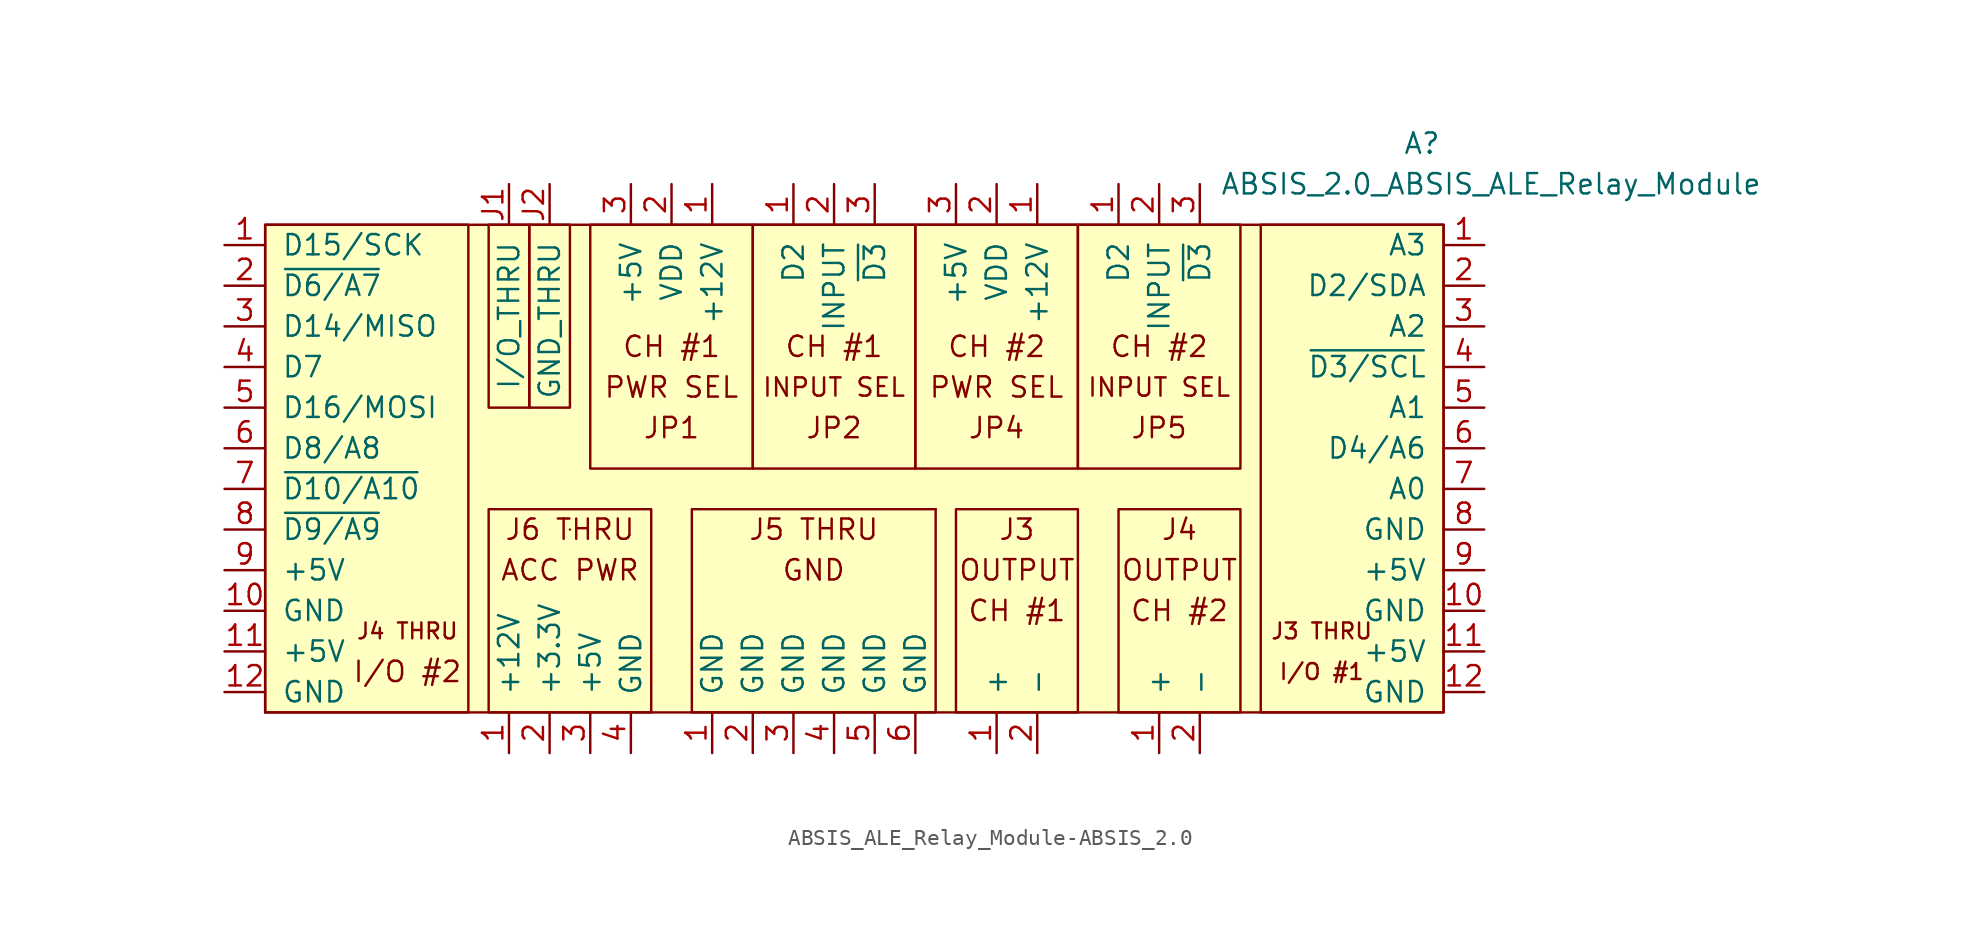
<source format=kicad_sym>
(kicad_symbol_lib
  (version 20231120)
  (generator "kicad_symbol_editor")
  (generator_version "8.0")
  (symbol "ABSIS_ALE_Relay_Module-ABSIS_2.0"
    (pin_names
      (offset 1.016))
    (property "Reference" "A"
      (at 41.91 20.32 0)
      (effects (font (size 1.27 1.27)) (justify left)))
    (property "Value" "ABSIS_2.0_ABSIS_ALE_Relay_Module"
      (at 30.48 17.78 0)
      (effects (font (size 1.27 1.27)) (justify left)))
    (symbol "ABSIS_ALE_Relay_Module-ABSIS_2.0_0_0"
      (rectangle (start -29.21 15.24) (end -16.51 -15.24) (stroke (width 0) (type solid)) (fill (type none)))
      (rectangle (start -15.24 -15.24) (end -5.08 -2.54) (stroke (width 0) (type solid)) (fill (type none)))
      (rectangle (start -15.24 3.81) (end -12.7 15.24) (stroke (width 0) (type solid)) (fill (type none)))
      (rectangle (start -12.7 15.24) (end -10.16 3.81) (stroke (width 0) (type solid)) (fill (type none)))
      (rectangle (start -10.16 -3.81) (end -10.16 -3.81) (stroke (width 0) (type solid)) (fill (type none)))
      (rectangle (start -8.89 15.24) (end 1.27 0) (stroke (width 0) (type solid)) (fill (type none)))
      (rectangle (start -2.54 -15.24) (end 12.7 -2.54) (stroke (width 0) (type solid)) (fill (type none)))
      (rectangle (start 1.27 15.24) (end 11.43 0) (stroke (width 0) (type solid)) (fill (type none)))
      (rectangle (start 11.43 15.24) (end 21.59 0) (stroke (width 0) (type solid)) (fill (type none)))
      (rectangle (start 12.7 -2.54) (end 12.7 -2.54) (stroke (width 0) (type solid)) (fill (type none)))
      (rectangle (start 13.97 -15.24) (end 21.59 -2.54) (stroke (width 0) (type solid)) (fill (type none)))
      (rectangle (start 21.59 15.24) (end 31.75 0) (stroke (width 0) (type solid)) (fill (type background)))
      (rectangle (start 24.13 -15.24) (end 31.75 -2.54) (stroke (width 0) (type solid)) (fill (type none)))
      (rectangle (start 44.45 15.24) (end 33.02 -15.24) (stroke (width 0) (type solid)) (fill (type background)))
      (text "ACC PWR" (at -10.16 -6.35 0) (effects (font (size 1.27 1.27))))
      (text "CH #1" (at -3.81 7.62 0) (effects (font (size 1.27 1.27))))
      (text "CH #1" (at 6.35 7.62 0) (effects (font (size 1.27 1.27))))
      (text "CH #1" (at 17.78 -8.89 0) (effects (font (size 1.27 1.27))))
      (text "CH #2" (at 16.51 7.62 0) (effects (font (size 1.27 1.27))))
      (text "CH #2" (at 26.67 7.62 0) (effects (font (size 1.27 1.27))))
      (text "CH #2" (at 27.94 -8.89 0) (effects (font (size 1.27 1.27))))
      (text "GND" (at 5.08 -6.35 0) (effects (font (size 1.27 1.27))))
      (text "I/O #1" (at 36.83 -12.7 0) (effects (font (size 0.991 0.991))))
      (text "I/O #2" (at -20.32 -12.7 0) (effects (font (size 1.27 1.27))))
      (text "INPUT SEL" (at 6.35 5.08 0) (effects (font (size 1.143 1.143))))
      (text "INPUT SEL" (at 26.67 5.08 0) (effects (font (size 1.143 1.143))))
      (text "J3" (at 17.78 -3.81 0) (effects (font (size 1.27 1.27))))
      (text "J3 THRU" (at 36.83 -10.16 0) (effects (font (size 0.991 0.991))))
      (text "J4" (at 27.94 -3.81 0) (effects (font (size 1.27 1.27))))
      (text "J4 THRU" (at -20.32 -10.16 0) (effects (font (size 0.991 0.991))))
      (text "J5 THRU" (at 5.08 -3.81 0) (effects (font (size 1.27 1.27))))
      (text "J6 THRU" (at -10.16 -3.81 0) (effects (font (size 1.27 1.27))))
      (text "JP1" (at -3.81 2.54 0) (effects (font (size 1.27 1.27))))
      (text "JP2" (at 6.35 2.54 0) (effects (font (size 1.27 1.27))))
      (text "JP4" (at 16.51 2.54 0) (effects (font (size 1.27 1.27))))
      (text "JP5" (at 26.67 2.54 0) (effects (font (size 1.27 1.27))))
      (text "OUTPUT" (at 17.78 -6.35 0) (effects (font (size 1.27 1.27))))
      (text "OUTPUT" (at 27.94 -6.35 0) (effects (font (size 1.27 1.27))))
      (text "PWR SEL" (at -3.81 5.08 0) (effects (font (size 1.27 1.27))))
      (text "PWR SEL" (at 16.51 5.08 0) (effects (font (size 1.27 1.27))))
      (pin unspecified line (at 16.51 -17.78 90) (length 2.54) (name "+" (effects (font (size 1.27 1.27)))) (number "1" (effects (font (size 1.27 1.27)))))
      (pin unspecified line (at 26.67 -17.78 90) (length 2.54) (name "+" (effects (font (size 1.27 1.27)))) (number "1" (effects (font (size 1.27 1.27)))))
      (pin unspecified line (at -13.97 -17.78 90) (length 2.54) (name "+12V" (effects (font (size 1.27 1.27)))) (number "1" (effects (font (size 1.27 1.27)))))
      (pin unspecified line (at -1.27 17.78 270) (length 2.54) (name "+12V" (effects (font (size 1.27 1.27)))) (number "1" (effects (font (size 1.27 1.27)))))
      (pin unspecified line (at 19.05 17.78 270) (length 2.54) (name "+12V" (effects (font (size 1.27 1.27)))) (number "1" (effects (font (size 1.27 1.27)))))
      (pin unspecified line (at 46.99 13.97 180) (length 2.54) (name "A3" (effects (font (size 1.27 1.27)))) (number "1" (effects (font (size 1.27 1.27)))))
      (pin unspecified line (at -31.75 13.97 0) (length 2.54) (name "D15/SCK" (effects (font (size 1.27 1.27)))) (number "1" (effects (font (size 1.27 1.27)))))
      (pin unspecified line (at 3.81 17.78 270) (length 2.54) (name "D2" (effects (font (size 1.27 1.27)))) (number "1" (effects (font (size 1.27 1.27)))))
      (pin unspecified line (at 24.13 17.78 270) (length 2.54) (name "D2" (effects (font (size 1.27 1.27)))) (number "1" (effects (font (size 1.27 1.27)))))
      (pin unspecified line (at -1.27 -17.78 90) (length 2.54) (name "GND" (effects (font (size 1.27 1.27)))) (number "1" (effects (font (size 1.27 1.27)))))
      (pin unspecified line (at -31.75 -8.89 0) (length 2.54) (name "GND" (effects (font (size 1.27 1.27)))) (number "10" (effects (font (size 1.27 1.27)))))
      (pin unspecified line (at 46.99 -8.89 180) (length 2.54) (name "GND" (effects (font (size 1.27 1.27)))) (number "10" (effects (font (size 1.27 1.27)))))
      (pin unspecified line (at -31.75 -11.43 0) (length 2.54) (name "+5V" (effects (font (size 1.27 1.27)))) (number "11" (effects (font (size 1.27 1.27)))))
      (pin unspecified line (at 46.99 -11.43 180) (length 2.54) (name "+5V" (effects (font (size 1.27 1.27)))) (number "11" (effects (font (size 1.27 1.27)))))
      (pin unspecified line (at -31.75 -13.97 0) (length 2.54) (name "GND" (effects (font (size 1.27 1.27)))) (number "12" (effects (font (size 1.27 1.27)))))
      (pin unspecified line (at 46.99 -13.97 180) (length 2.54) (name "GND" (effects (font (size 1.27 1.27)))) (number "12" (effects (font (size 1.27 1.27)))))
      (pin unspecified line (at -11.43 -17.78 90) (length 2.54) (name "+3.3V" (effects (font (size 1.27 1.27)))) (number "2" (effects (font (size 1.27 1.27)))))
      (pin unspecified line (at 19.05 -17.78 90) (length 2.54) (name "-" (effects (font (size 1.27 1.27)))) (number "2" (effects (font (size 1.27 1.27)))))
      (pin unspecified line (at 29.21 -17.78 90) (length 2.54) (name "-" (effects (font (size 1.27 1.27)))) (number "2" (effects (font (size 1.27 1.27)))))
      (pin unspecified line (at 46.99 11.43 180) (length 2.54) (name "D2/SDA" (effects (font (size 1.27 1.27)))) (number "2" (effects (font (size 1.27 1.27)))))
      (pin unspecified line (at 1.27 -17.78 90) (length 2.54) (name "GND" (effects (font (size 1.27 1.27)))) (number "2" (effects (font (size 1.27 1.27)))))
      (pin unspecified line (at 6.35 17.78 270) (length 2.54) (name "INPUT" (effects (font (size 1.27 1.27)))) (number "2" (effects (font (size 1.27 1.27)))))
      (pin unspecified line (at 26.67 17.78 270) (length 2.54) (name "INPUT" (effects (font (size 1.27 1.27)))) (number "2" (effects (font (size 1.27 1.27)))))
      (pin unspecified line (at -3.81 17.78 270) (length 2.54) (name "VDD" (effects (font (size 1.27 1.27)))) (number "2" (effects (font (size 1.27 1.27)))))
      (pin unspecified line (at 16.51 17.78 270) (length 2.54) (name "VDD" (effects (font (size 1.27 1.27)))) (number "2" (effects (font (size 1.27 1.27)))))
      (pin unspecified line (at -31.75 11.43 0) (length 2.54) (name "~{D6/A7}" (effects (font (size 1.27 1.27)))) (number "2" (effects (font (size 1.27 1.27)))))
      (pin unspecified line (at -8.89 -17.78 90) (length 2.54) (name "+5V" (effects (font (size 1.27 1.27)))) (number "3" (effects (font (size 1.27 1.27)))))
      (pin unspecified line (at -6.35 17.78 270) (length 2.54) (name "+5V" (effects (font (size 1.27 1.27)))) (number "3" (effects (font (size 1.27 1.27)))))
      (pin unspecified line (at 13.97 17.78 270) (length 2.54) (name "+5V" (effects (font (size 1.27 1.27)))) (number "3" (effects (font (size 1.27 1.27)))))
      (pin unspecified line (at 46.99 8.89 180) (length 2.54) (name "A2" (effects (font (size 1.27 1.27)))) (number "3" (effects (font (size 1.27 1.27)))))
      (pin unspecified line (at -31.75 8.89 0) (length 2.54) (name "D14/MISO" (effects (font (size 1.27 1.27)))) (number "3" (effects (font (size 1.27 1.27)))))
      (pin unspecified line (at 3.81 -17.78 90) (length 2.54) (name "GND" (effects (font (size 1.27 1.27)))) (number "3" (effects (font (size 1.27 1.27)))))
      (pin unspecified line (at 8.89 17.78 270) (length 2.54) (name "~{D3}" (effects (font (size 1.27 1.27)))) (number "3" (effects (font (size 1.27 1.27)))))
      (pin unspecified line (at 29.21 17.78 270) (length 2.54) (name "~{D3}" (effects (font (size 1.27 1.27)))) (number "3" (effects (font (size 1.27 1.27)))))
      (pin unspecified line (at -31.75 6.35 0) (length 2.54) (name "D7" (effects (font (size 1.27 1.27)))) (number "4" (effects (font (size 1.27 1.27)))))
      (pin unspecified line (at -6.35 -17.78 90) (length 2.54) (name "GND" (effects (font (size 1.27 1.27)))) (number "4" (effects (font (size 1.27 1.27)))))
      (pin unspecified line (at 6.35 -17.78 90) (length 2.54) (name "GND" (effects (font (size 1.27 1.27)))) (number "4" (effects (font (size 1.27 1.27)))))
      (pin unspecified line (at 46.99 6.35 180) (length 2.54) (name "~{D3/SCL}" (effects (font (size 1.27 1.27)))) (number "4" (effects (font (size 1.27 1.27)))))
      (pin unspecified line (at 46.99 3.81 180) (length 2.54) (name "A1" (effects (font (size 1.27 1.27)))) (number "5" (effects (font (size 1.27 1.27)))))
      (pin unspecified line (at -31.75 3.81 0) (length 2.54) (name "D16/MOSI" (effects (font (size 1.27 1.27)))) (number "5" (effects (font (size 1.27 1.27)))))
      (pin unspecified line (at 8.89 -17.78 90) (length 2.54) (name "GND" (effects (font (size 1.27 1.27)))) (number "5" (effects (font (size 1.27 1.27)))))
      (pin unspecified line (at 46.99 1.27 180) (length 2.54) (name "D4/A6" (effects (font (size 1.27 1.27)))) (number "6" (effects (font (size 1.27 1.27)))))
      (pin unspecified line (at -31.75 1.27 0) (length 2.54) (name "D8/A8" (effects (font (size 1.27 1.27)))) (number "6" (effects (font (size 1.27 1.27)))))
      (pin unspecified line (at 11.43 -17.78 90) (length 2.54) (name "GND" (effects (font (size 1.27 1.27)))) (number "6" (effects (font (size 1.27 1.27)))))
      (pin unspecified line (at 46.99 -1.27 180) (length 2.54) (name "A0" (effects (font (size 1.27 1.27)))) (number "7" (effects (font (size 1.27 1.27)))))
      (pin unspecified line (at -31.75 -1.27 0) (length 2.54) (name "~{D10/A10}" (effects (font (size 1.27 1.27)))) (number "7" (effects (font (size 1.27 1.27)))))
      (pin unspecified line (at 46.99 -3.81 180) (length 2.54) (name "GND" (effects (font (size 1.27 1.27)))) (number "8" (effects (font (size 1.27 1.27)))))
      (pin unspecified line (at -31.75 -3.81 0) (length 2.54) (name "~{D9/A9}" (effects (font (size 1.27 1.27)))) (number "8" (effects (font (size 1.27 1.27)))))
      (pin unspecified line (at -31.75 -6.35 0) (length 2.54) (name "+5V" (effects (font (size 1.27 1.27)))) (number "9" (effects (font (size 1.27 1.27)))))
      (pin unspecified line (at 46.99 -6.35 180) (length 2.54) (name "+5V" (effects (font (size 1.27 1.27)))) (number "9" (effects (font (size 1.27 1.27)))))
      (pin bidirectional line (at -13.97 17.78 270) (length 2.54) (name "I/O_THRU" (effects (font (size 1.27 1.27)))) (number "J1" (effects (font (size 1.27 1.27)))))
      (pin bidirectional line (at -11.43 17.78 270) (length 2.54) (name "GND_THRU" (effects (font (size 1.27 1.27)))) (number "J2" (effects (font (size 1.27 1.27))))))
    (symbol "ABSIS_ALE_Relay_Module-ABSIS_2.0_0_1"
      (rectangle (start -29.21 -15.24) (end -29.21 -15.24) (stroke (width 0) (type solid)) (fill (type none)))
      (rectangle (start 44.45 15.24) (end -29.21 -15.24) (stroke (width 0) (type solid)) (fill (type background))))))
</source>
